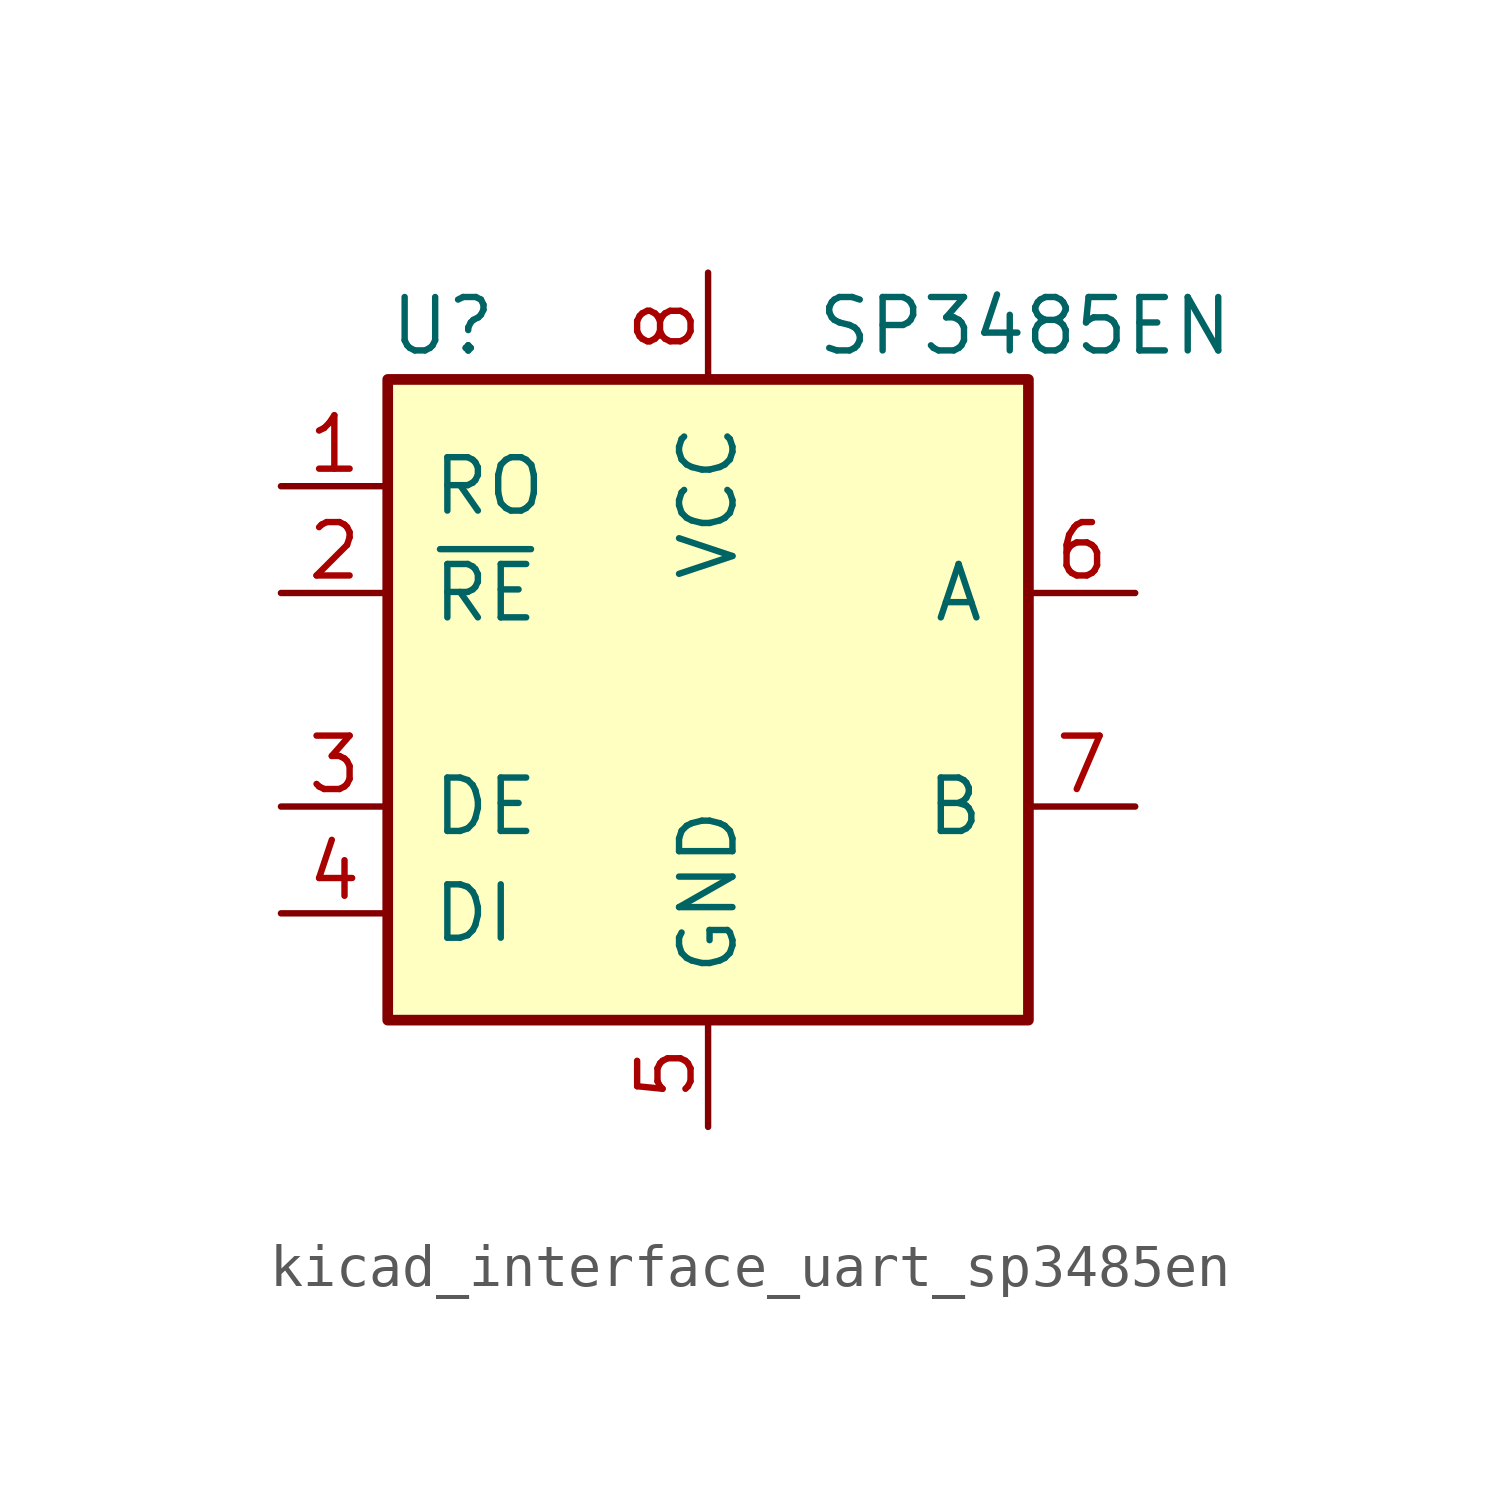
<source format=kicad_sym>
(kicad_symbol_lib
  (version 20220914)
  (generator kicad_symbol_editor)
  (symbol "kicad_interface_uart_sp3485en"
    (pin_names
      (offset 1.016))
    (property "Reference" "U"
      (at -7.62 8.89 0)
      (effects (font (size 1.27 1.27)) (justify left)))
    (property "Value" "SP3485EN"
      (at 2.54 8.89 0)
      (effects (font (size 1.27 1.27)) (justify left)))
    (symbol "kicad_interface_uart_sp3485en_0_1"
      (rectangle (start -7.62 7.62) (end 7.62 -7.62) (stroke (width 0.254) (type default)) (fill (type background))))
    (symbol "kicad_interface_uart_sp3485en_1_1"
      (pin output line (at -10.16 5.08 0) (length 2.54) (name "RO" (effects (font (size 1.27 1.27)))) (number "1" (effects (font (size 1.27 1.27)))))
      (pin input line (at -10.16 2.54 0) (length 2.54) (name "~{RE}" (effects (font (size 1.27 1.27)))) (number "2" (effects (font (size 1.27 1.27)))))
      (pin input line (at -10.16 -2.54 0) (length 2.54) (name "DE" (effects (font (size 1.27 1.27)))) (number "3" (effects (font (size 1.27 1.27)))))
      (pin input line (at -10.16 -5.08 0) (length 2.54) (name "DI" (effects (font (size 1.27 1.27)))) (number "4" (effects (font (size 1.27 1.27)))))
      (pin power_in line (at 0 -10.16 90) (length 2.54) (name "GND" (effects (font (size 1.27 1.27)))) (number "5" (effects (font (size 1.27 1.27)))))
      (pin bidirectional line (at 10.16 2.54 180) (length 2.54) (name "A" (effects (font (size 1.27 1.27)))) (number "6" (effects (font (size 1.27 1.27)))))
      (pin bidirectional line (at 10.16 -2.54 180) (length 2.54) (name "B" (effects (font (size 1.27 1.27)))) (number "7" (effects (font (size 1.27 1.27)))))
      (pin power_in line (at 0 10.16 270) (length 2.54) (name "VCC" (effects (font (size 1.27 1.27)))) (number "8" (effects (font (size 1.27 1.27))))))))
</source>
